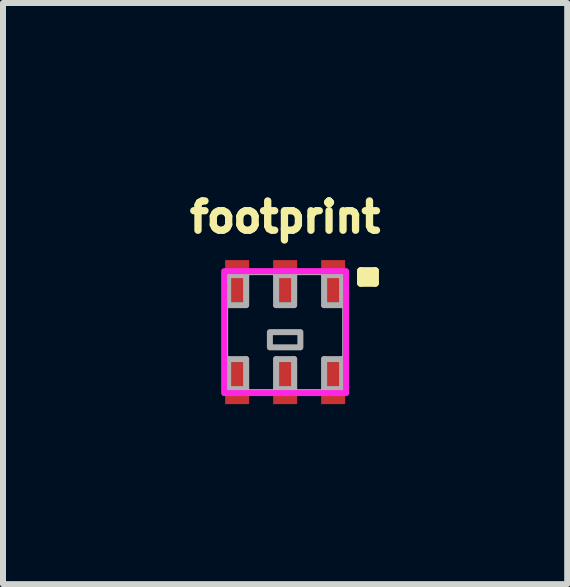
<source format=kicad_pcb>
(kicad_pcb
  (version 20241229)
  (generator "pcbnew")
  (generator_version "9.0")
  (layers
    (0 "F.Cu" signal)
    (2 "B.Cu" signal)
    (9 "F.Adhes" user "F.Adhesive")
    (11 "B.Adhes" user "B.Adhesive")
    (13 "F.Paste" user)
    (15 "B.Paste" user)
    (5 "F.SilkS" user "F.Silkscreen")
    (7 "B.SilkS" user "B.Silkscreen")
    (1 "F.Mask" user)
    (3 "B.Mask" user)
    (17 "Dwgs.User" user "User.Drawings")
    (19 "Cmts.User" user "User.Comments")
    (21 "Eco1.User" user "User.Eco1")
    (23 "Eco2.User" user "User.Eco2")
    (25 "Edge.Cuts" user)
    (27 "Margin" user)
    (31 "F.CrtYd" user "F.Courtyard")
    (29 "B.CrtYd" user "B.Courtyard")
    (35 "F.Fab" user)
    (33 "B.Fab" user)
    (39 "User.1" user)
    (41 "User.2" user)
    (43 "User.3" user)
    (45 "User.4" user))
  (footprint "footprint"
    (layer "F.Cu")
    (at 1.702 2.485)
    (property "Reference" "footprint" (at 0 -1.632 0) (layer "F.SilkS") (effects (font (size 0.488 0.488) (thickness 0.122)) (justify bottom)))
    (fp_line (start 1.262 -1.019) (end 1.5 -1.019) (stroke (width 0.127) (type solid)) (layer "F.SilkS"))
    (fp_line (start 1.262 -0.919) (end 1.262 -1.019) (stroke (width 0.127) (type solid)) (layer "F.SilkS"))
    (fp_line (start 1.262 -0.819) (end 1.262 -0.919) (stroke (width 0.127) (type solid)) (layer "F.SilkS"))
    (fp_line (start 1.4 -0.919) (end 1.262 -0.919) (stroke (width 0.127) (type solid)) (layer "F.SilkS"))
    (fp_line (start 1.5 -1.019) (end 1.5 -0.819) (stroke (width 0.127) (type solid)) (layer "F.SilkS"))
    (fp_line (start 1.5 -0.819) (end 1.262 -0.819) (stroke (width 0.127) (type solid)) (layer "F.SilkS"))
    (fp_poly (pts (xy -0.95 -0.55) (xy -0.65 -0.55) (xy -0.65 -1.15) (xy -0.95 -1.15)) (stroke (width 0) (type solid)) (fill yes) (layer "F.Paste"))
    (fp_poly (pts (xy -0.95 1.15) (xy -0.65 1.15) (xy -0.65 0.55) (xy -0.95 0.55)) (stroke (width 0) (type solid)) (fill yes) (layer "F.Paste"))
    (fp_poly (pts (xy -0.15 -0.55) (xy 0.15 -0.55) (xy 0.15 -1.15) (xy -0.15 -1.15)) (stroke (width 0) (type solid)) (fill yes) (layer "F.Paste"))
    (fp_poly (pts (xy -0.15 1.15) (xy 0.15 1.15) (xy 0.15 0.55) (xy -0.15 0.55)) (stroke (width 0) (type solid)) (fill yes) (layer "F.Paste"))
    (fp_poly (pts (xy 0.65 -0.55) (xy 0.95 -0.55) (xy 0.95 -1.15) (xy 0.65 -1.15)) (stroke (width 0) (type solid)) (fill yes) (layer "F.Paste"))
    (fp_poly (pts (xy 0.65 1.15) (xy 0.95 1.15) (xy 0.95 0.55) (xy 0.65 0.55)) (stroke (width 0) (type solid)) (fill yes) (layer "F.Paste"))
    (fp_poly (pts (xy -1.016 1.016) (xy 1.016 1.016) (xy 1.016 -1.016) (xy -1.016 -1.016)) (stroke (width 0.1) (type solid)) (fill no) (layer "F.CrtYd"))
    (fp_line (start -1 -1) (end 1 -1) (stroke (width 0.1) (type solid)) (layer "F.Fab"))
    (fp_line (start -1 1) (end -1 -1) (stroke (width 0.1) (type solid)) (layer "F.Fab"))
    (fp_line (start -0.95 -0.95) (end -0.95 -0.45) (stroke (width 0.1) (type solid)) (layer "F.Fab"))
    (fp_line (start -0.95 -0.45) (end -0.65 -0.45) (stroke (width 0.1) (type solid)) (layer "F.Fab"))
    (fp_line (start -0.95 0.45) (end -0.65 0.45) (stroke (width 0.1) (type solid)) (layer "F.Fab"))
    (fp_line (start -0.95 0.95) (end -0.95 0.45) (stroke (width 0.1) (type solid)) (layer "F.Fab"))
    (fp_line (start -0.65 -0.95) (end -0.95 -0.95) (stroke (width 0.1) (type solid)) (layer "F.Fab"))
    (fp_line (start -0.65 -0.45) (end -0.65 -0.95) (stroke (width 0.1) (type solid)) (layer "F.Fab"))
    (fp_line (start -0.65 0.45) (end -0.65 0.95) (stroke (width 0.1) (type solid)) (layer "F.Fab"))
    (fp_line (start -0.65 0.95) (end -0.95 0.95) (stroke (width 0.1) (type solid)) (layer "F.Fab"))
    (fp_line (start -0.15 -0.95) (end -0.15 -0.45) (stroke (width 0.1) (type solid)) (layer "F.Fab"))
    (fp_line (start -0.15 -0.45) (end 0.15 -0.45) (stroke (width 0.1) (type solid)) (layer "F.Fab"))
    (fp_line (start -0.15 0.45) (end 0.15 0.45) (stroke (width 0.1) (type solid)) (layer "F.Fab"))
    (fp_line (start -0.15 0.95) (end -0.15 0.45) (stroke (width 0.1) (type solid)) (layer "F.Fab"))
    (fp_line (start 0.15 -0.95) (end -0.15 -0.95) (stroke (width 0.1) (type solid)) (layer "F.Fab"))
    (fp_line (start 0.15 -0.45) (end 0.15 -0.95) (stroke (width 0.1) (type solid)) (layer "F.Fab"))
    (fp_line (start 0.15 0.45) (end 0.15 0.95) (stroke (width 0.1) (type solid)) (layer "F.Fab"))
    (fp_line (start 0.15 0.95) (end -0.15 0.95) (stroke (width 0.1) (type solid)) (layer "F.Fab"))
    (fp_line (start 0.65 -0.95) (end 0.65 -0.45) (stroke (width 0.1) (type solid)) (layer "F.Fab"))
    (fp_line (start 0.65 -0.45) (end 0.95 -0.45) (stroke (width 0.1) (type solid)) (layer "F.Fab"))
    (fp_line (start 0.65 0.45) (end 0.65 0.95) (stroke (width 0.1) (type solid)) (layer "F.Fab"))
    (fp_line (start 0.65 0.95) (end 0.95 0.95) (stroke (width 0.1) (type solid)) (layer "F.Fab"))
    (fp_line (start 0.95 -0.95) (end 0.65 -0.95) (stroke (width 0.1) (type solid)) (layer "F.Fab"))
    (fp_line (start 0.95 -0.45) (end 0.95 -0.95) (stroke (width 0.1) (type solid)) (layer "F.Fab"))
    (fp_line (start 0.95 0.45) (end 0.65 0.45) (stroke (width 0.1) (type solid)) (layer "F.Fab"))
    (fp_line (start 0.95 0.95) (end 0.95 0.45) (stroke (width 0.1) (type solid)) (layer "F.Fab"))
    (fp_line (start 1 -1) (end 1 1) (stroke (width 0.1) (type solid)) (layer "F.Fab"))
    (fp_line (start 1 1) (end -1 1) (stroke (width 0.1) (type solid)) (layer "F.Fab"))
    (fp_poly (pts (xy -0.254 0.254) (xy 0.254 0.254) (xy 0.254 0) (xy -0.254 0)) (stroke (width 0.1) (type solid)) (fill no) (layer "F.Fab"))
    (pad "CKI" smd rect (at -0.8 0.85 90) (size 0.7 0.4) (layers "F.Cu" "F.Mask"))
    (pad "CKO" smd rect (at 0.8 0.85 90) (size 0.7 0.4) (layers "F.Cu" "F.Mask"))
    (pad "GND" smd rect (at 0 -0.85 90) (size 0.7 0.4) (layers "F.Cu" "F.Mask"))
    (pad "SDI" smd rect (at -0.8 -0.85 90) (size 0.7 0.4) (layers "F.Cu" "F.Mask"))
    (pad "SDO" smd rect (at 0.8 -0.85 90) (size 0.7 0.4) (layers "F.Cu" "F.Mask"))
    (pad "VDD" smd rect (at 0 0.85 90) (size 0.7 0.4) (layers "F.Cu" "F.Mask")))
  (gr_rect
    (start -3 -3)
    (end 6.403 6.685)
    (stroke (width 0.1) (type default))
    (fill no)
    (layer "Edge.Cuts")))
</source>
